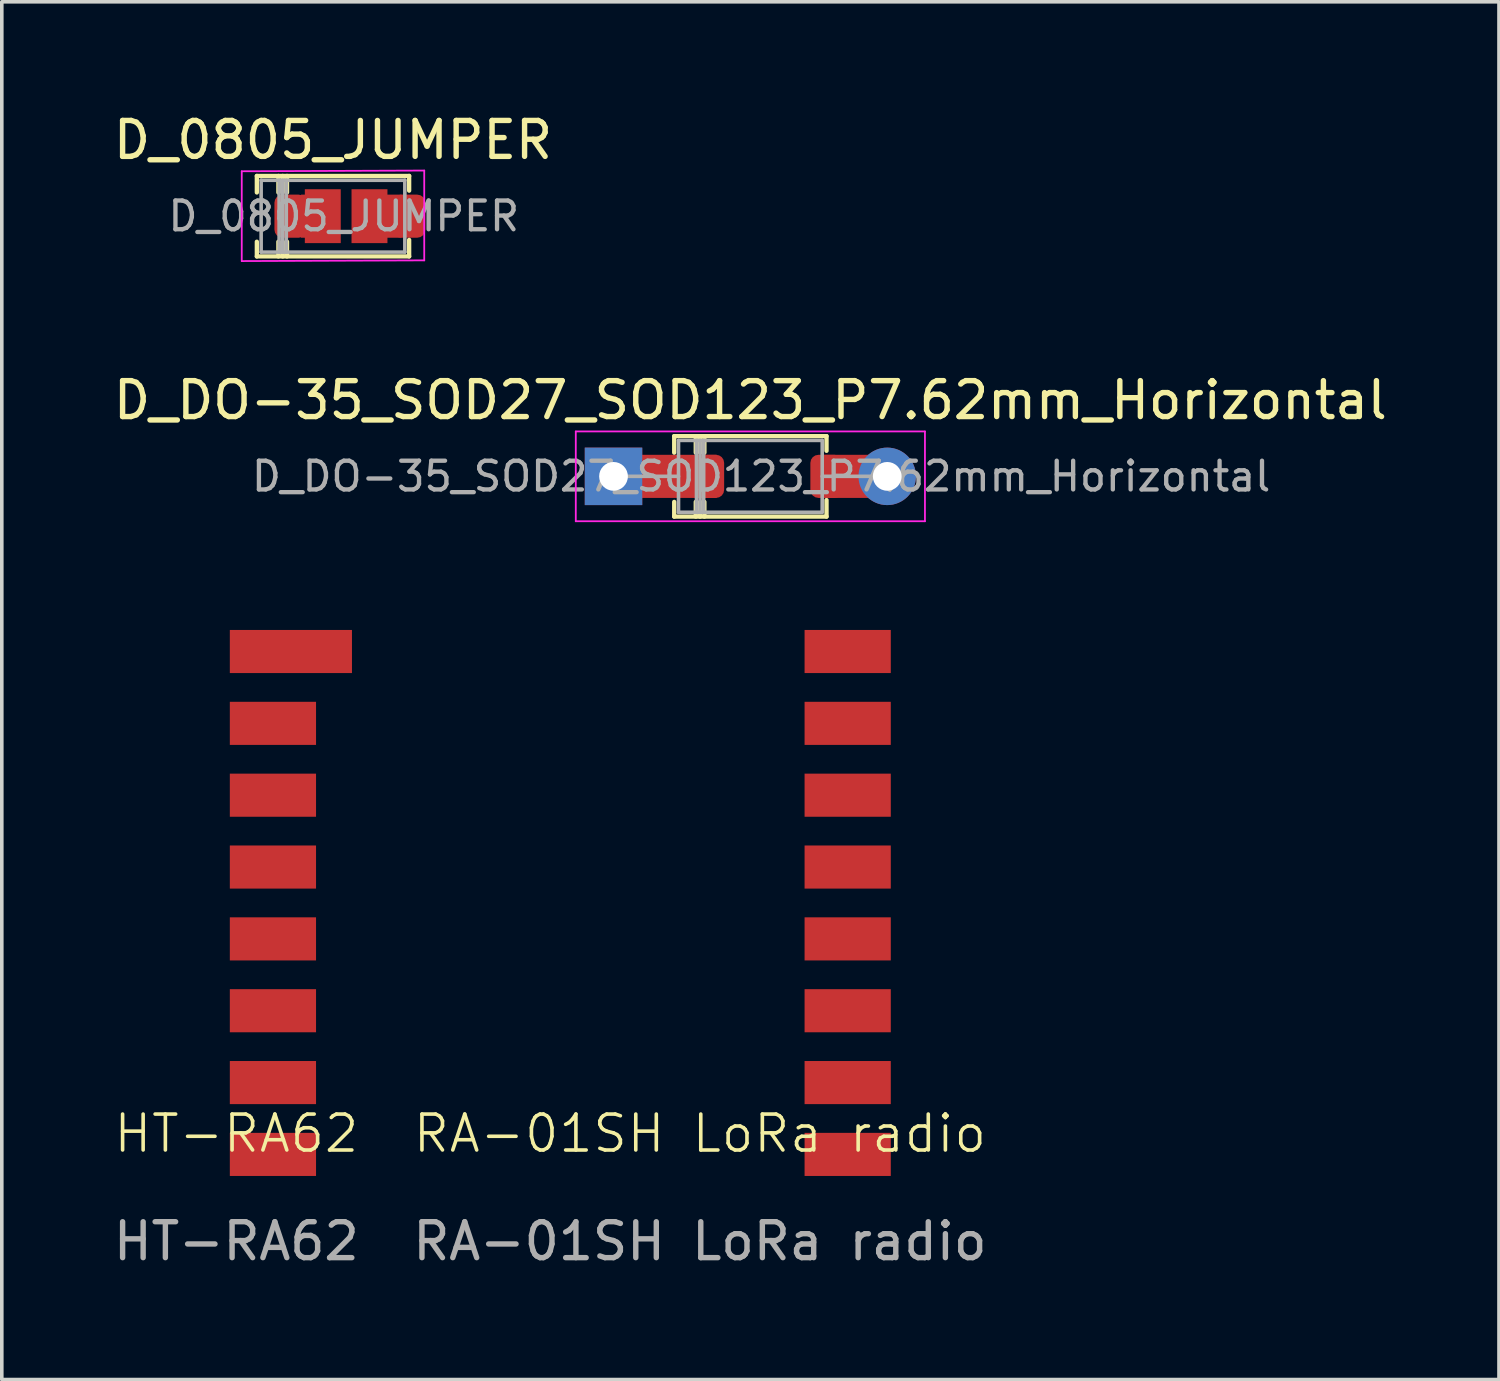
<source format=kicad_pcb>
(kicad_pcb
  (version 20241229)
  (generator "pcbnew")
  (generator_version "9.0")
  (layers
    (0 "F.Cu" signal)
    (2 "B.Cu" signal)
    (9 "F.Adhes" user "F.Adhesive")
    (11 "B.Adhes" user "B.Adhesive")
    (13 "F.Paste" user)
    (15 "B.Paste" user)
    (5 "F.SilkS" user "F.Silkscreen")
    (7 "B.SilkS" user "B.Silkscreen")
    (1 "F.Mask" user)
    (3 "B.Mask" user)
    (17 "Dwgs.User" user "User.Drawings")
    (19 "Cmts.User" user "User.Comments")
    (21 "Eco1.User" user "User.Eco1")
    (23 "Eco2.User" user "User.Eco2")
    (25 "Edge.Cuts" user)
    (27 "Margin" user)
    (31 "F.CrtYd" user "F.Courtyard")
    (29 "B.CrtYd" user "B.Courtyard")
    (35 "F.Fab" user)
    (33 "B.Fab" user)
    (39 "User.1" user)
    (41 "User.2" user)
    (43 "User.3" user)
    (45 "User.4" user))
  (footprint "D_DO-35_SOD27_SOD123_P7.62mm_Horizontal"
    (layer "F.Cu")
    (at 14.029 10.211)
    (property "Reference" "D_DO-35_SOD27_SOD123_P7.62mm_Horizontal" (at 3.81 -2.12 180) (layer "F.SilkS") (effects (font (size 1 1) (thickness 0.15))))
    (attr through_hole)
    (fp_line (start 1.69 -1.12) (end 1.69 -0.66) (stroke (width 0.12) (type solid)) (layer "F.SilkS"))
    (fp_line (start 1.69 0.711) (end 1.69 1.12) (stroke (width 0.12) (type solid)) (layer "F.SilkS"))
    (fp_line (start 1.69 1.12) (end 5.93 1.12) (stroke (width 0.12) (type solid)) (layer "F.SilkS"))
    (fp_line (start 2.29 -1.12) (end 2.29 -0.66) (stroke (width 0.12) (type solid)) (layer "F.SilkS"))
    (fp_line (start 2.29 0.711) (end 2.29 1.12) (stroke (width 0.12) (type solid)) (layer "F.SilkS"))
    (fp_line (start 2.41 -1.12) (end 2.41 -0.66) (stroke (width 0.12) (type solid)) (layer "F.SilkS"))
    (fp_line (start 2.41 0.711) (end 2.41 1.12) (stroke (width 0.12) (type solid)) (layer "F.SilkS"))
    (fp_line (start 2.53 -1.12) (end 2.53 -0.66) (stroke (width 0.12) (type solid)) (layer "F.SilkS"))
    (fp_line (start 2.53 0.711) (end 2.53 1.12) (stroke (width 0.12) (type solid)) (layer "F.SilkS"))
    (fp_line (start 5.93 -1.12) (end 1.69 -1.12) (stroke (width 0.12) (type solid)) (layer "F.SilkS"))
    (fp_line (start 5.93 -0.711) (end 5.93 -1.12) (stroke (width 0.12) (type solid)) (layer "F.SilkS"))
    (fp_line (start 5.93 1.12) (end 5.93 0.66) (stroke (width 0.12) (type solid)) (layer "F.SilkS"))
    (fp_line (start -1.05 -1.25) (end -1.05 1.25) (stroke (width 0.05) (type solid)) (layer "F.CrtYd"))
    (fp_line (start -1.05 1.25) (end 8.67 1.25) (stroke (width 0.05) (type solid)) (layer "F.CrtYd"))
    (fp_line (start 8.67 -1.25) (end -1.05 -1.25) (stroke (width 0.05) (type solid)) (layer "F.CrtYd"))
    (fp_line (start 8.67 1.25) (end 8.67 -1.25) (stroke (width 0.05) (type solid)) (layer "F.CrtYd"))
    (fp_line (start 0 0) (end 1.81 0) (stroke (width 0.1) (type solid)) (layer "F.Fab"))
    (fp_line (start 1.81 -1) (end 1.81 1) (stroke (width 0.1) (type solid)) (layer "F.Fab"))
    (fp_line (start 1.81 1) (end 5.81 1) (stroke (width 0.1) (type solid)) (layer "F.Fab"))
    (fp_line (start 2.31 -1) (end 2.31 1) (stroke (width 0.1) (type solid)) (layer "F.Fab"))
    (fp_line (start 2.41 -1) (end 2.41 1) (stroke (width 0.1) (type solid)) (layer "F.Fab"))
    (fp_line (start 2.51 -1) (end 2.51 1) (stroke (width 0.1) (type solid)) (layer "F.Fab"))
    (fp_line (start 5.81 -1) (end 1.81 -1) (stroke (width 0.1) (type solid)) (layer "F.Fab"))
    (fp_line (start 5.81 1) (end 5.81 -1) (stroke (width 0.1) (type solid)) (layer "F.Fab"))
    (fp_line (start 7.62 0) (end 5.81 0) (stroke (width 0.1) (type solid)) (layer "F.Fab"))
    (fp_text user "${REFERENCE}" (at 4.11 0 180) (layer "F.Fab") (effects (font (size 0.8 0.8) (thickness 0.12))))
    (pad "1" thru_hole rect (at 0 0) (size 1.6 1.6) (drill 0.8) (layers "*.Cu" "*.Mask"))
    (pad "1" smd rect (at 1.372 0) (size 3 1.2) (layers "F.Cu"))
    (pad "1" smd roundrect (at 2.63 0) (size 0.9 1.2) (layers "F.Cu" "F.Mask" "F.Paste") (roundrect_rratio 0.25))
    (pad "2" smd roundrect (at 5.93 0) (size 0.9 1.2) (layers "F.Cu" "F.Mask" "F.Paste") (roundrect_rratio 0.25))
    (pad "2" smd rect (at 6.807 0) (size 2 1.2) (layers "F.Cu"))
    (pad "2" thru_hole oval (at 7.62 0) (size 1.6 1.6) (drill 0.8) (layers "*.Cu" "*.Mask")))
  (footprint "HT-RA62  RA-01SH LoRa radio"
    (layer "F.Cu")
    (at 12.268 29.006)
    (property "Reference" "HT-RA62  RA-01SH LoRa radio" (at 0 -0.5 0) (unlocked yes) (layer "F.SilkS") (effects (font (size 1 1) (thickness 0.1))))
    (attr smd)
    (fp_text user "${REFERENCE}" (at 0 2.5 0) (unlocked yes) (layer "F.Fab") (effects (font (size 1 1) (thickness 0.15))))
    (pad "1" smd rect (at -7.22 -13.919) (size 3.4 1.2) (layers "F.Cu" "F.Mask" "F.Paste"))
    (pad "2" smd rect (at -7.72 -11.919) (size 2.4 1.2) (layers "F.Cu" "F.Mask" "F.Paste"))
    (pad "3" smd rect (at -7.72 -9.919) (size 2.4 1.2) (layers "F.Cu" "F.Mask" "F.Paste"))
    (pad "4" smd rect (at -7.72 -7.919) (size 2.4 1.2) (layers "F.Cu" "F.Mask" "F.Paste"))
    (pad "5" smd rect (at -7.72 -5.919) (size 2.4 1.2) (layers "F.Cu" "F.Mask" "F.Paste"))
    (pad "6" smd rect (at -7.72 -3.919) (size 2.4 1.2) (layers "F.Cu" "F.Mask" "F.Paste"))
    (pad "7" smd rect (at -7.72 -1.919) (size 2.4 1.2) (layers "F.Cu" "F.Mask" "F.Paste"))
    (pad "8" smd rect (at -7.72 0.081) (size 2.4 1.2) (layers "F.Cu" "F.Mask" "F.Paste"))
    (pad "9" smd rect (at 8.28 0.081) (size 2.4 1.2) (layers "F.Cu" "F.Mask" "F.Paste"))
    (pad "10" smd rect (at 8.28 -1.919) (size 2.4 1.2) (layers "F.Cu" "F.Mask" "F.Paste"))
    (pad "11" smd rect (at 8.28 -3.919) (size 2.4 1.2) (layers "F.Cu" "F.Mask" "F.Paste"))
    (pad "12" smd rect (at 8.28 -5.919) (size 2.4 1.2) (layers "F.Cu" "F.Mask" "F.Paste"))
    (pad "13" smd rect (at 8.28 -7.919) (size 2.4 1.2) (layers "F.Cu" "F.Mask" "F.Paste"))
    (pad "14" smd rect (at 8.28 -9.919) (size 2.4 1.2) (layers "F.Cu" "F.Mask" "F.Paste"))
    (pad "15" smd rect (at 8.28 -11.919) (size 2.4 1.2) (layers "F.Cu" "F.Mask" "F.Paste"))
    (pad "16" smd rect (at 8.28 -13.919) (size 2.4 1.2) (layers "F.Cu" "F.Mask" "F.Paste")))
  (footprint "D_0805_JUMPER"
    (layer "F.Cu")
    (at 6.52 2.968)
    (property "Reference" "D_0805_JUMPER" (at -0.3 -2.12 180) (layer "F.SilkS") (effects (font (size 1 1) (thickness 0.15))))
    (attr smd)
    (fp_line (start -2.42 -1.12) (end -2.42 -0.66) (stroke (width 0.12) (type solid)) (layer "F.SilkS"))
    (fp_line (start -2.42 0.711) (end -2.42 1.12) (stroke (width 0.12) (type solid)) (layer "F.SilkS"))
    (fp_line (start -2.42 1.12) (end 1.82 1.12) (stroke (width 0.12) (type solid)) (layer "F.SilkS"))
    (fp_line (start -1.82 -1.12) (end -1.82 -0.66) (stroke (width 0.12) (type solid)) (layer "F.SilkS"))
    (fp_line (start -1.82 0.711) (end -1.82 1.12) (stroke (width 0.12) (type solid)) (layer "F.SilkS"))
    (fp_line (start -1.7 -1.12) (end -1.7 -0.66) (stroke (width 0.12) (type solid)) (layer "F.SilkS"))
    (fp_line (start -1.7 0.711) (end -1.7 1.12) (stroke (width 0.12) (type solid)) (layer "F.SilkS"))
    (fp_line (start -1.58 -1.12) (end -1.58 -0.66) (stroke (width 0.12) (type solid)) (layer "F.SilkS"))
    (fp_line (start -1.58 0.711) (end -1.58 1.12) (stroke (width 0.12) (type solid)) (layer "F.SilkS"))
    (fp_line (start 1.82 -1.12) (end -2.42 -1.12) (stroke (width 0.12) (type solid)) (layer "F.SilkS"))
    (fp_line (start 1.82 -0.711) (end 1.82 -1.12) (stroke (width 0.12) (type solid)) (layer "F.SilkS"))
    (fp_line (start 1.82 1.12) (end 1.82 0.66) (stroke (width 0.12) (type solid)) (layer "F.SilkS"))
    (fp_line (start -2.84 -1.25) (end -2.84 1.25) (stroke (width 0.05) (type solid)) (layer "F.CrtYd"))
    (fp_line (start -2.84 1.25) (end 2.24 1.23) (stroke (width 0.05) (type solid)) (layer "F.CrtYd"))
    (fp_line (start 2.24 -1.27) (end -2.84 -1.25) (stroke (width 0.05) (type solid)) (layer "F.CrtYd"))
    (fp_line (start 2.24 1.23) (end 2.24 -1.27) (stroke (width 0.05) (type solid)) (layer "F.CrtYd"))
    (fp_line (start -2.3 -1) (end -2.3 1) (stroke (width 0.1) (type solid)) (layer "F.Fab"))
    (fp_line (start -2.3 1) (end 1.7 1) (stroke (width 0.1) (type solid)) (layer "F.Fab"))
    (fp_line (start -1.8 -1) (end -1.8 1) (stroke (width 0.1) (type solid)) (layer "F.Fab"))
    (fp_line (start -1.7 -1) (end -1.7 1) (stroke (width 0.1) (type solid)) (layer "F.Fab"))
    (fp_line (start -1.6 -1) (end -1.6 1) (stroke (width 0.1) (type solid)) (layer "F.Fab"))
    (fp_line (start 1.7 -1) (end -2.3 -1) (stroke (width 0.1) (type solid)) (layer "F.Fab"))
    (fp_line (start 1.7 1) (end 1.7 -1) (stroke (width 0.1) (type solid)) (layer "F.Fab"))
    (fp_text user "${REFERENCE}" (at 0 0 180) (layer "F.Fab") (effects (font (size 0.8 0.8) (thickness 0.12))))
    (pad "1" smd roundrect (at -1.48 0) (size 0.9 1.2) (layers "F.Cu" "F.Mask" "F.Paste") (roundrect_rratio 0.25))
    (pad "1" smd rect (at -0.935 0) (size 0.508 1.2) (layers "F.Cu"))
    (pad "1" smd rect (at -0.584 0) (size 1 1.5) (layers "F.Cu" "F.Mask"))
    (pad "2" smd rect (at 0.716 0) (size 1 1.5) (layers "F.Cu" "F.Mask"))
    (pad "2" smd rect (at 1.288 0) (size 0.635 1.2) (layers "F.Cu"))
    (pad "2" smd roundrect (at 1.82 0) (size 0.9 1.2) (layers "F.Cu" "F.Mask" "F.Paste") (roundrect_rratio 0.25)))
  (gr_rect
    (start -3 -3)
    (end 38.679 35.354)
    (stroke (width 0.1) (type default))
    (fill no)
    (layer "Edge.Cuts")))
</source>
